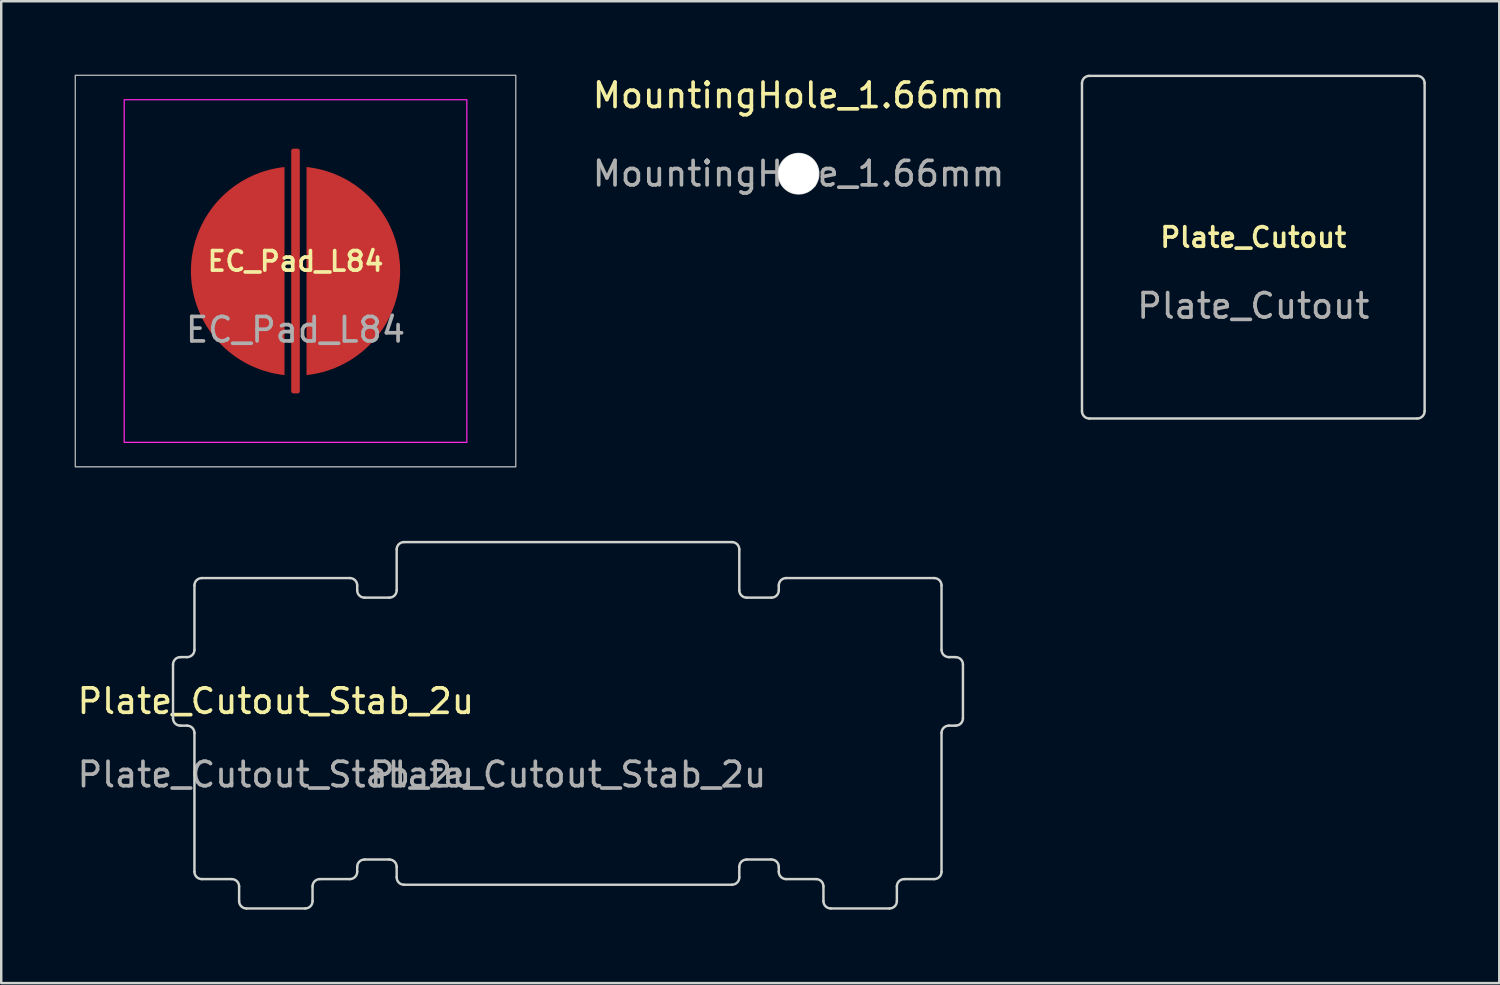
<source format=kicad_pcb>
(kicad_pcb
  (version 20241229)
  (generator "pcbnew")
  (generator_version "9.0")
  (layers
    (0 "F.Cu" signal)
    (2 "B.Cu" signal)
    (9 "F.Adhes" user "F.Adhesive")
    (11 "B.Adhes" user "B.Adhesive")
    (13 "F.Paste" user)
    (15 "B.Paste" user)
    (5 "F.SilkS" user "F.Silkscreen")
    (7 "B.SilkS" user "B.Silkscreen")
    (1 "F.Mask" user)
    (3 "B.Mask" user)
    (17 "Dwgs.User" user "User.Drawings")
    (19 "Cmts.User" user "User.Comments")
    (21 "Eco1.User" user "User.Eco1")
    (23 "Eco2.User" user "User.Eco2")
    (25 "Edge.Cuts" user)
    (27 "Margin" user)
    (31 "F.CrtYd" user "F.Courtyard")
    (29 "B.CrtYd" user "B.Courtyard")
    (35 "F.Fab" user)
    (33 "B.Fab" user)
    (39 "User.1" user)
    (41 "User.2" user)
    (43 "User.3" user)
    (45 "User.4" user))
  (footprint "MountingHole_1.66mm"
    (layer "F.Cu")
    (at 29.58 4.048)
    (property "Reference" "MountingHole_1.66mm" (at 0 -3.2 0) (layer "F.SilkS") (effects (font (size 1 1) (thickness 0.15))))
    (attr exclude_from_pos_files exclude_from_bom allow_missing_courtyard)
    (fp_circle (center 0 0) (end 0.83 0) (stroke (width 0.05) (type solid)) (fill no) (layer "Edge.Cuts"))
    (fp_text user "${REFERENCE}" (at 0 0 0) (layer "F.Fab") (effects (font (size 1 1) (thickness 0.15))))
    (pad "" np_thru_hole circle (at 0 0) (size 1.66 1.66) (drill 1.66) (layers "*.Cu" "*.Mask")))
  (footprint "Plate_Cutout_Stab_2u"
    (layer "F.Cu")
    (at 20.158 26.1)
    (property "Reference" "Plate_Cutout_Stab_2u" (at -11.938 -0.5 0) (unlocked yes) (layer "F.SilkS") (effects (font (size 1 1) (thickness 0.15))))
    (attr through_hole)
    (fp_line (start -16.138 -2) (end -16.138 0.2) (stroke (width 0.1) (type default)) (layer "Edge.Cuts"))
    (fp_line (start -15.838 0.5) (end -15.563 0.5) (stroke (width 0.1) (type default)) (layer "Edge.Cuts"))
    (fp_line (start -15.563 -2.3) (end -15.838 -2.3) (stroke (width 0.1) (type default)) (layer "Edge.Cuts"))
    (fp_line (start -15.263 -2.6) (end -15.263 -5.23) (stroke (width 0.1) (type default)) (layer "Edge.Cuts"))
    (fp_line (start -15.263 0.8) (end -15.263 6.47) (stroke (width 0.1) (type default)) (layer "Edge.Cuts"))
    (fp_line (start -14.963 -5.53) (end -8.913 -5.53) (stroke (width 0.1) (type default)) (layer "Edge.Cuts"))
    (fp_line (start -14.963 6.77) (end -13.738 6.77) (stroke (width 0.1) (type default)) (layer "Edge.Cuts"))
    (fp_line (start -13.438 7.07) (end -13.438 7.67) (stroke (width 0.1) (type default)) (layer "Edge.Cuts"))
    (fp_line (start -13.138 7.97) (end -10.738 7.97) (stroke (width 0.1) (type default)) (layer "Edge.Cuts"))
    (fp_line (start -10.438 7.67) (end -10.438 7.07) (stroke (width 0.1) (type default)) (layer "Edge.Cuts"))
    (fp_line (start -10.138 6.77) (end -8.913 6.77) (stroke (width 0.1) (type default)) (layer "Edge.Cuts"))
    (fp_line (start -8.613 -5.23) (end -8.613 -5.03) (stroke (width 0.1) (type default)) (layer "Edge.Cuts"))
    (fp_line (start -8.613 6.47) (end -8.613 6.27) (stroke (width 0.1) (type default)) (layer "Edge.Cuts"))
    (fp_line (start -8.313 -4.73) (end -7.3 -4.73) (stroke (width 0.1) (type solid)) (layer "Edge.Cuts"))
    (fp_line (start -8.313 5.97) (end -7.3 5.97) (stroke (width 0.1) (type default)) (layer "Edge.Cuts"))
    (fp_line (start -7 -6.7) (end -7 -5.03) (stroke (width 0.1) (type default)) (layer "Edge.Cuts"))
    (fp_line (start -7 6.7) (end -7 6.27) (stroke (width 0.1) (type default)) (layer "Edge.Cuts"))
    (fp_line (start -6.7 -7) (end 6.7 -7) (stroke (width 0.1) (type solid)) (layer "Edge.Cuts"))
    (fp_line (start -6.7 7) (end 6.7 7) (stroke (width 0.1) (type solid)) (layer "Edge.Cuts"))
    (fp_line (start 7 -6.7) (end 7 -5.03) (stroke (width 0.1) (type default)) (layer "Edge.Cuts"))
    (fp_line (start 7 6.7) (end 7 6.27) (stroke (width 0.1) (type default)) (layer "Edge.Cuts"))
    (fp_line (start 8.313 -4.73) (end 7.3 -4.73) (stroke (width 0.1) (type solid)) (layer "Edge.Cuts"))
    (fp_line (start 8.313 5.97) (end 7.3 5.97) (stroke (width 0.1) (type default)) (layer "Edge.Cuts"))
    (fp_line (start 8.613 -5.03) (end 8.613 -5.23) (stroke (width 0.1) (type default)) (layer "Edge.Cuts"))
    (fp_line (start 8.613 6.47) (end 8.613 6.27) (stroke (width 0.1) (type default)) (layer "Edge.Cuts"))
    (fp_line (start 8.913 -5.53) (end 14.963 -5.53) (stroke (width 0.1) (type default)) (layer "Edge.Cuts"))
    (fp_line (start 10.138 6.77) (end 8.913 6.77) (stroke (width 0.1) (type default)) (layer "Edge.Cuts"))
    (fp_line (start 10.438 7.67) (end 10.438 7.07) (stroke (width 0.1) (type default)) (layer "Edge.Cuts"))
    (fp_line (start 13.138 7.97) (end 10.738 7.97) (stroke (width 0.1) (type default)) (layer "Edge.Cuts"))
    (fp_line (start 13.438 7.07) (end 13.438 7.67) (stroke (width 0.1) (type default)) (layer "Edge.Cuts"))
    (fp_line (start 14.963 6.77) (end 13.738 6.77) (stroke (width 0.1) (type default)) (layer "Edge.Cuts"))
    (fp_line (start 15.263 -5.23) (end 15.263 -2.6) (stroke (width 0.1) (type default)) (layer "Edge.Cuts"))
    (fp_line (start 15.263 0.8) (end 15.263 6.47) (stroke (width 0.1) (type default)) (layer "Edge.Cuts"))
    (fp_line (start 15.563 -2.3) (end 15.838 -2.3) (stroke (width 0.1) (type default)) (layer "Edge.Cuts"))
    (fp_line (start 15.838 0.5) (end 15.563 0.5) (stroke (width 0.1) (type default)) (layer "Edge.Cuts"))
    (fp_line (start 16.138 -2) (end 16.138 0.2) (stroke (width 0.1) (type default)) (layer "Edge.Cuts"))
    (fp_arc (start -16.138 -2) (mid -16.050132 -2.212132) (end -15.838 -2.3) (stroke (width 0.1) (type default)) (layer "Edge.Cuts"))
    (fp_arc (start -15.838 0.5) (mid -16.050132 0.412132) (end -16.138 0.2) (stroke (width 0.1) (type default)) (layer "Edge.Cuts"))
    (fp_arc (start -15.563 0.5) (mid -15.350868 0.587868) (end -15.263 0.8) (stroke (width 0.1) (type default)) (layer "Edge.Cuts"))
    (fp_arc (start -15.263 -5.23) (mid -15.175132 -5.442132) (end -14.963 -5.53) (stroke (width 0.1) (type default)) (layer "Edge.Cuts"))
    (fp_arc (start -15.263 -2.6) (mid -15.350868 -2.387868) (end -15.563 -2.3) (stroke (width 0.1) (type default)) (layer "Edge.Cuts"))
    (fp_arc (start -14.963 6.77) (mid -15.175132 6.682132) (end -15.263 6.47) (stroke (width 0.1) (type default)) (layer "Edge.Cuts"))
    (fp_arc (start -13.738 6.77) (mid -13.525868 6.857868) (end -13.438 7.07) (stroke (width 0.1) (type default)) (layer "Edge.Cuts"))
    (fp_arc (start -13.138 7.97) (mid -13.350132 7.882132) (end -13.438 7.67) (stroke (width 0.1) (type default)) (layer "Edge.Cuts"))
    (fp_arc (start -10.438 7.07) (mid -10.350132 6.857868) (end -10.138 6.77) (stroke (width 0.1) (type default)) (layer "Edge.Cuts"))
    (fp_arc (start -10.438 7.67) (mid -10.525868 7.882132) (end -10.738 7.97) (stroke (width 0.1) (type default)) (layer "Edge.Cuts"))
    (fp_arc (start -8.913 -5.53) (mid -8.700868 -5.442132) (end -8.613 -5.23) (stroke (width 0.1) (type default)) (layer "Edge.Cuts"))
    (fp_arc (start -8.613 6.27) (mid -8.525132 6.057868) (end -8.313 5.97) (stroke (width 0.1) (type default)) (layer "Edge.Cuts"))
    (fp_arc (start -8.613 6.47) (mid -8.700868 6.682132) (end -8.913 6.77) (stroke (width 0.1) (type default)) (layer "Edge.Cuts"))
    (fp_arc (start -8.313 -4.73) (mid -8.525132 -4.817868) (end -8.613 -5.03) (stroke (width 0.1) (type default)) (layer "Edge.Cuts"))
    (fp_arc (start -7.3 5.97) (mid -7.087868 6.057868) (end -7 6.27) (stroke (width 0.1) (type default)) (layer "Edge.Cuts"))
    (fp_arc (start -7 -6.7) (mid -6.912132 -6.912132) (end -6.7 -7) (stroke (width 0.1) (type default)) (layer "Edge.Cuts"))
    (fp_arc (start -7 -5.03) (mid -7.087868 -4.817868) (end -7.3 -4.73) (stroke (width 0.1) (type default)) (layer "Edge.Cuts"))
    (fp_arc (start -6.7 7) (mid -6.912132 6.912132) (end -7 6.7) (stroke (width 0.1) (type default)) (layer "Edge.Cuts"))
    (fp_arc (start 6.7 -7) (mid 6.912132 -6.912132) (end 7 -6.7) (stroke (width 0.1) (type default)) (layer "Edge.Cuts"))
    (fp_arc (start 7 6.27) (mid 7.087868 6.057868) (end 7.3 5.97) (stroke (width 0.1) (type default)) (layer "Edge.Cuts"))
    (fp_arc (start 7 6.7) (mid 6.912132 6.912132) (end 6.7 7) (stroke (width 0.1) (type default)) (layer "Edge.Cuts"))
    (fp_arc (start 7.3 -4.73) (mid 7.087868 -4.817868) (end 7 -5.03) (stroke (width 0.1) (type default)) (layer "Edge.Cuts"))
    (fp_arc (start 8.313 5.97) (mid 8.525132 6.057868) (end 8.613 6.27) (stroke (width 0.1) (type default)) (layer "Edge.Cuts"))
    (fp_arc (start 8.613 -5.23) (mid 8.700868 -5.442132) (end 8.913 -5.53) (stroke (width 0.1) (type default)) (layer "Edge.Cuts"))
    (fp_arc (start 8.613 -5.03) (mid 8.525132 -4.817868) (end 8.313 -4.73) (stroke (width 0.1) (type default)) (layer "Edge.Cuts"))
    (fp_arc (start 8.913 6.77) (mid 8.700868 6.682132) (end 8.613 6.47) (stroke (width 0.1) (type default)) (layer "Edge.Cuts"))
    (fp_arc (start 10.138 6.77) (mid 10.350132 6.857868) (end 10.438 7.07) (stroke (width 0.1) (type default)) (layer "Edge.Cuts"))
    (fp_arc (start 10.738 7.97) (mid 10.525868 7.882132) (end 10.438 7.67) (stroke (width 0.1) (type default)) (layer "Edge.Cuts"))
    (fp_arc (start 13.438 7.07) (mid 13.525868 6.857868) (end 13.738 6.77) (stroke (width 0.1) (type default)) (layer "Edge.Cuts"))
    (fp_arc (start 13.438 7.67) (mid 13.350132 7.882132) (end 13.138 7.97) (stroke (width 0.1) (type default)) (layer "Edge.Cuts"))
    (fp_arc (start 14.963 -5.53) (mid 15.175132 -5.442132) (end 15.263 -5.23) (stroke (width 0.1) (type default)) (layer "Edge.Cuts"))
    (fp_arc (start 15.263 0.8) (mid 15.350868 0.587868) (end 15.563 0.5) (stroke (width 0.1) (type default)) (layer "Edge.Cuts"))
    (fp_arc (start 15.263 6.47) (mid 15.175132 6.682132) (end 14.963 6.77) (stroke (width 0.1) (type default)) (layer "Edge.Cuts"))
    (fp_arc (start 15.563 -2.3) (mid 15.350868 -2.387868) (end 15.263 -2.6) (stroke (width 0.1) (type default)) (layer "Edge.Cuts"))
    (fp_arc (start 15.838 -2.3) (mid 16.050132 -2.212132) (end 16.138 -2) (stroke (width 0.1) (type default)) (layer "Edge.Cuts"))
    (fp_arc (start 16.138 0.2) (mid 16.050132 0.412132) (end 15.838 0.5) (stroke (width 0.1) (type default)) (layer "Edge.Cuts"))
    (fp_text user "${REFERENCE}" (at -11.938 2.5 0) (unlocked yes) (layer "F.Fab") (effects (font (size 1 1) (thickness 0.15))))
    (fp_text user "${REFERENCE}" (at 0 2.5 0) (unlocked yes) (layer "F.Fab") (effects (font (size 1 1) (thickness 0.15)))))
  (footprint "Plate_Cutout"
    (layer "F.Cu")
    (at 48.16 7.05)
    (property "Reference" "Plate_Cutout" (at 0 -0.4 0) (unlocked yes) (layer "F.SilkS") (effects (font (size 0.8 0.8) (thickness 0.15))))
    (attr through_hole)
    (fp_line (start -7 -6.7) (end -7 6.7) (stroke (width 0.1) (type default)) (layer "Edge.Cuts"))
    (fp_line (start -6.7 -7) (end 6.7 -7) (stroke (width 0.1) (type default)) (layer "Edge.Cuts"))
    (fp_line (start -6.7 7) (end 6.7 7) (stroke (width 0.1) (type default)) (layer "Edge.Cuts"))
    (fp_line (start 7 -6.7) (end 7 6.7) (stroke (width 0.1) (type default)) (layer "Edge.Cuts"))
    (fp_arc (start -7 -6.7) (mid -6.912132 -6.912132) (end -6.7 -7) (stroke (width 0.1) (type default)) (layer "Edge.Cuts"))
    (fp_arc (start -6.7 7) (mid -6.912132 6.912132) (end -7 6.7) (stroke (width 0.1) (type default)) (layer "Edge.Cuts"))
    (fp_arc (start 6.7 -7) (mid 6.912132 -6.912132) (end 7 -6.7) (stroke (width 0.1) (type default)) (layer "Edge.Cuts"))
    (fp_arc (start 7 6.7) (mid 6.912132 6.912132) (end 6.7 7) (stroke (width 0.1) (type default)) (layer "Edge.Cuts"))
    (fp_text user "${REFERENCE}" (at 0 2.4 0) (unlocked yes) (layer "F.Fab") (effects (font (size 1 1) (thickness 0.15)))))
  (footprint "EC_Pad_L84"
    (layer "F.Cu")
    (at 9.025 8.025)
    (property "Reference" "EC_Pad_L84" (at 0 -0.4 0) (unlocked yes) (layer "F.SilkS") (effects (font (size 0.8 0.8) (thickness 0.15))))
    (attr smd)
    (fp_rect (start -9 -8) (end 9 8) (stroke (width 0.05) (type solid)) (fill no) (layer "Dwgs.User"))
    (fp_rect (start -7.75 -7.75) (end 7.75 7.75) (stroke (width 0.05) (type solid)) (fill no) (layer "Eco1.User"))
    (fp_rect (start -7 -7) (end 7 7) (stroke (width 0.1) (type solid)) (fill no) (layer "Eco2.User"))
    (fp_rect (start -7 -7) (end 7 7) (stroke (width 0.05) (type default)) (fill no) (layer "F.CrtYd"))
    (fp_text user "${REFERENCE}" (at 0 2.4 0) (unlocked yes) (layer "F.Fab") (effects (font (size 1 1) (thickness 0.15))))
    (pad "1" smd custom (at -2 0) (size 2.286 2.286) (layers "F.Cu") (options (anchor circle)) (primitives (gr_poly (pts (arc (start 1.55 -4.25) (mid -2.273757 0) (end 1.55 4.249996))) (width 0) (fill yes))))
    (pad "2" smd custom (at 2.25 0) (size 2.286 2.286) (layers "F.Cu") (options (anchor circle)) (primitives (gr_poly (pts (arc (start -1.8 -4.25) (mid 2.023757 0) (end -1.8 4.25))) (width 0) (fill yes))))
    (pad "3" smd roundrect (at 0 0) (size 0.35 10) (layers "F.Cu") (roundrect_rratio 0.25))
    (zone (net_name "") (layers "F.Cu" "B.Cu") (hatch edge 0.5) (connect_pads) (min_thickness 0.25) (filled_areas_thickness no) (keepout (tracks allowed) (vias allowed) (pads allowed) (copperpour not_allowed) (footprints allowed)) (placement (enabled no)) (fill) (polygon (pts (xy 13.775 8.025) (xy 13.755 7.587) (xy 13.694 7.152) (xy 13.594 6.725) (xy 13.454 6.309) (xy 13.277 5.908) (xy 13.064 5.524) (xy 12.816 5.162) (xy 12.535 4.825) (xy 12.225 4.515) (xy 11.888 4.234) (xy 11.526 3.986) (xy 11.142 3.773) (xy 10.741 3.596) (xy 10.325 3.456) (xy 9.898 3.356) (xy 9.463 3.295) (xy 9.025 3.275) (xy 8.587 3.295) (xy 8.152 3.356) (xy 7.725 3.456) (xy 7.309 3.596) (xy 6.908 3.773) (xy 6.524 3.986) (xy 6.162 4.234) (xy 5.825 4.515) (xy 5.515 4.825) (xy 5.234 5.162) (xy 4.986 5.524) (xy 4.773 5.908) (xy 4.596 6.309) (xy 4.456 6.725) (xy 4.356 7.152) (xy 4.295 7.587) (xy 4.275 8.025) (xy 4.295 8.463) (xy 4.356 8.898) (xy 4.456 9.325) (xy 4.596 9.741) (xy 4.773 10.142) (xy 4.986 10.526) (xy 5.234 10.888) (xy 5.515 11.225) (xy 5.825 11.535) (xy 6.162 11.816) (xy 6.524 12.064) (xy 6.908 12.277) (xy 7.309 12.454) (xy 7.725 12.594) (xy 8.152 12.694) (xy 8.587 12.755) (xy 9.025 12.775) (xy 9.463 12.755) (xy 9.898 12.694) (xy 10.325 12.594) (xy 10.741 12.454) (xy 11.142 12.277) (xy 11.526 12.064) (xy 11.888 11.816) (xy 12.225 11.535) (xy 12.535 11.225) (xy 12.816 10.888) (xy 13.064 10.526) (xy 13.277 10.142) (xy 13.454 9.741) (xy 13.594 9.325) (xy 13.694 8.898) (xy 13.755 8.463)))))
  (gr_rect
    (start -3 -3)
    (end 58.21 37.12)
    (stroke (width 0.1) (type default))
    (fill no)
    (layer "Edge.Cuts")))
</source>
